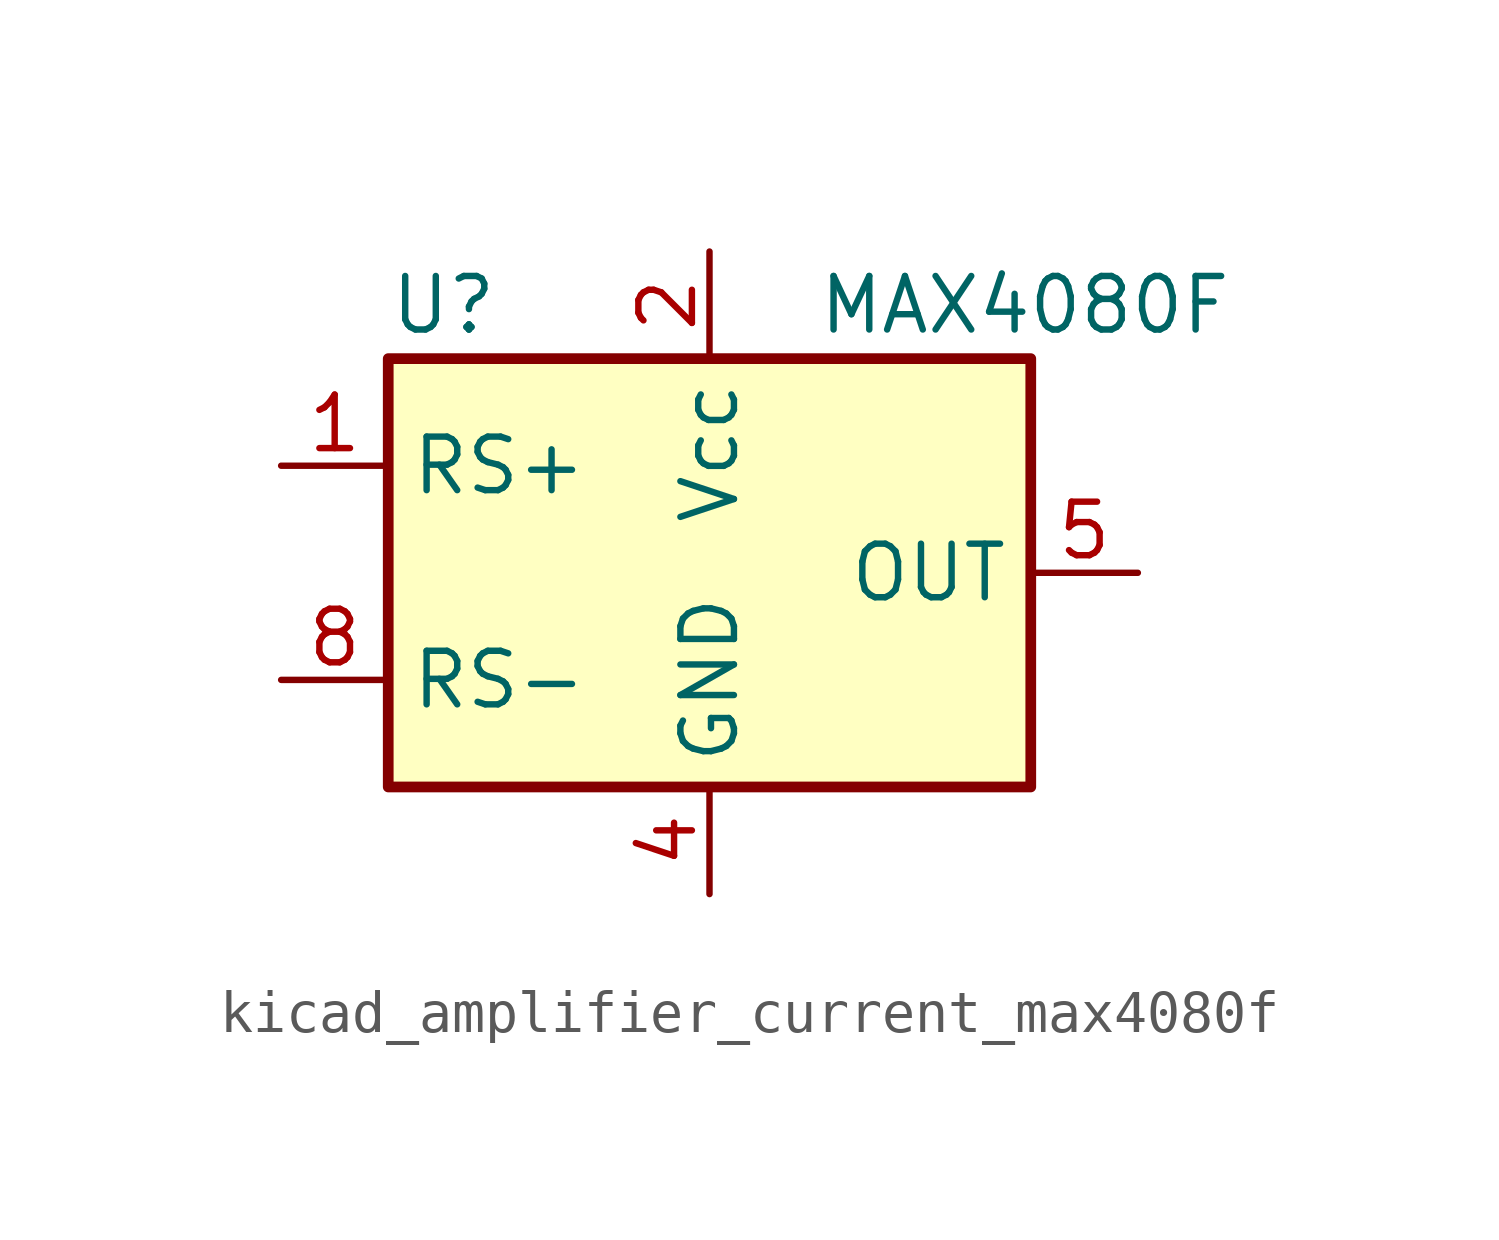
<source format=kicad_sym>
(kicad_symbol_lib
  (version 20220914)
  (generator kicad_symbol_editor)
  (symbol "kicad_amplifier_current_max4080f"
    (property "Reference" "U"
      (at -7.62 6.35 0)
      (effects (font (size 1.27 1.27)) (justify left)))
    (property "Value" "MAX4080F"
      (at 2.54 6.35 0)
      (effects (font (size 1.27 1.27)) (justify left)))
    (symbol "kicad_amplifier_current_max4080f_0_1"
      (rectangle (start -7.62 5.08) (end 7.62 -5.08) (stroke (width 0.254) (type default)) (fill (type background))))
    (symbol "kicad_amplifier_current_max4080f_1_1"
      (pin input line (at -10.16 2.54 0) (length 2.54) (name "RS+" (effects (font (size 1.27 1.27)))) (number "1" (effects (font (size 1.27 1.27)))))
      (pin power_in line (at 0 7.62 270) (length 2.54) (name "Vcc" (effects (font (size 1.27 1.27)))) (number "2" (effects (font (size 1.27 1.27)))))
      (pin no_connect line (at 2.54 -5.08 90) (length 2.54) hide (name "NC" (effects (font (size 1.27 1.27)))) (number "3" (effects (font (size 1.27 1.27)))))
      (pin power_in line (at 0 -7.62 90) (length 2.54) (name "GND" (effects (font (size 1.27 1.27)))) (number "4" (effects (font (size 1.27 1.27)))))
      (pin output line (at 10.16 0 180) (length 2.54) (name "OUT" (effects (font (size 1.27 1.27)))) (number "5" (effects (font (size 1.27 1.27)))))
      (pin no_connect line (at 5.08 -5.08 90) (length 2.54) hide (name "NC" (effects (font (size 1.27 1.27)))) (number "6" (effects (font (size 1.27 1.27)))))
      (pin no_connect line (at 7.62 -5.08 90) (length 2.54) hide (name "NC" (effects (font (size 1.27 1.27)))) (number "7" (effects (font (size 1.27 1.27)))))
      (pin input line (at -10.16 -2.54 0) (length 2.54) (name "RS-" (effects (font (size 1.27 1.27)))) (number "8" (effects (font (size 1.27 1.27))))))))
</source>
